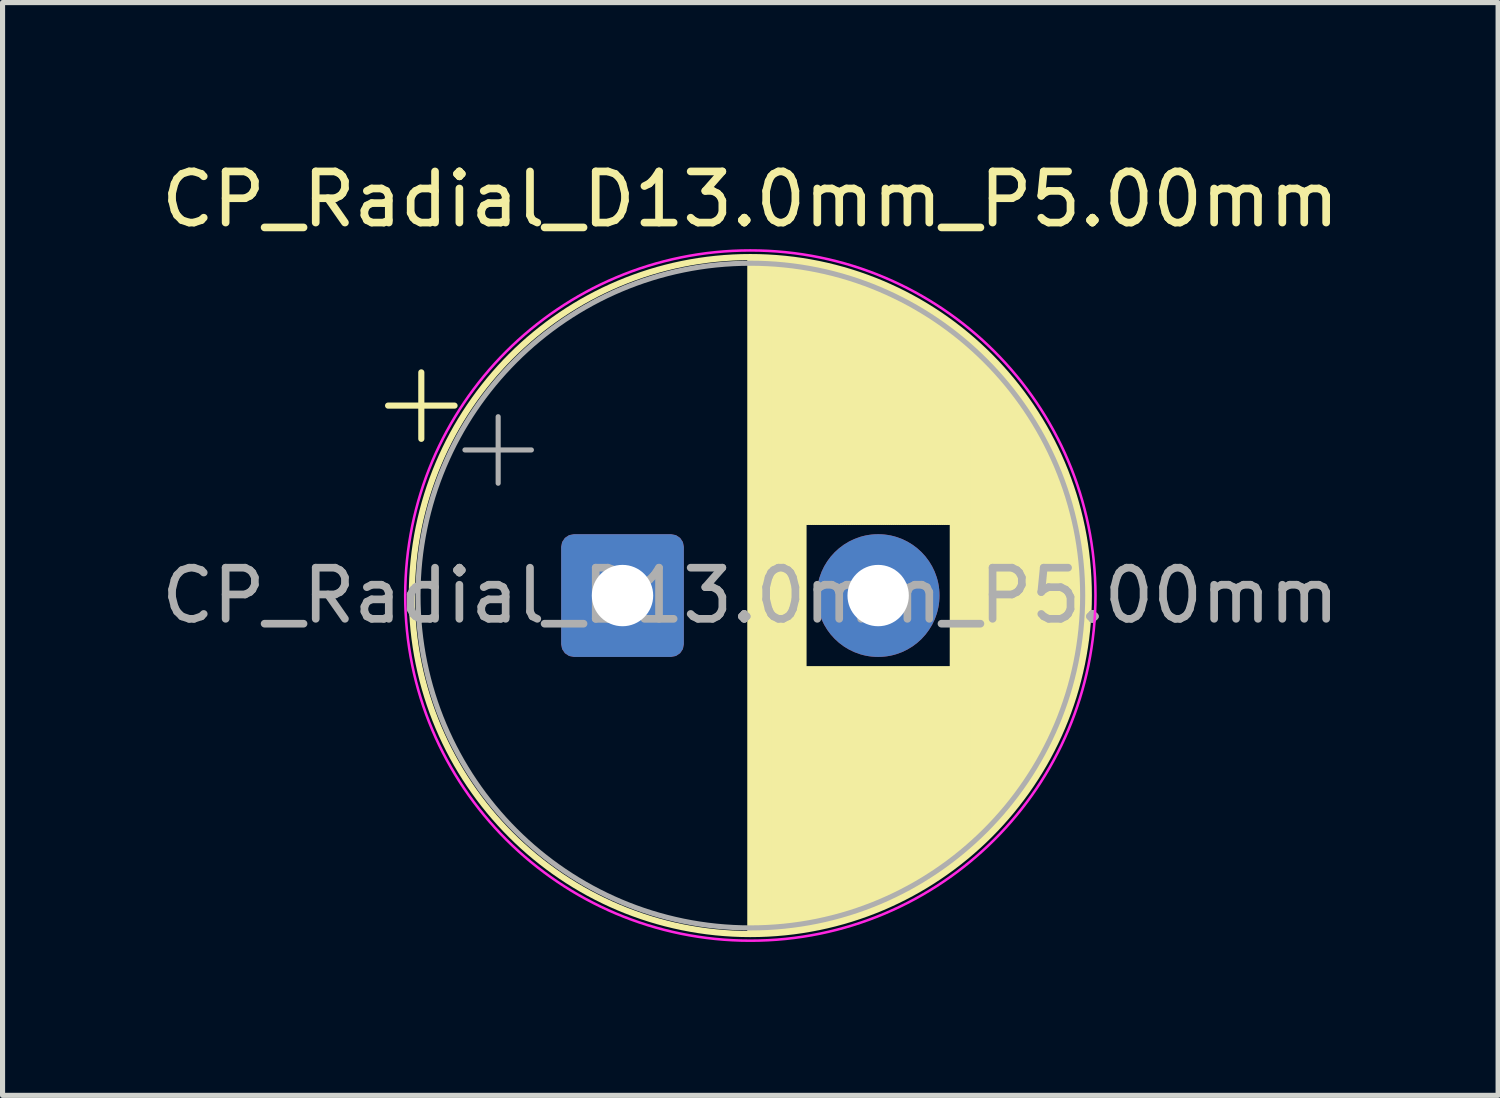
<source format=kicad_pcb>
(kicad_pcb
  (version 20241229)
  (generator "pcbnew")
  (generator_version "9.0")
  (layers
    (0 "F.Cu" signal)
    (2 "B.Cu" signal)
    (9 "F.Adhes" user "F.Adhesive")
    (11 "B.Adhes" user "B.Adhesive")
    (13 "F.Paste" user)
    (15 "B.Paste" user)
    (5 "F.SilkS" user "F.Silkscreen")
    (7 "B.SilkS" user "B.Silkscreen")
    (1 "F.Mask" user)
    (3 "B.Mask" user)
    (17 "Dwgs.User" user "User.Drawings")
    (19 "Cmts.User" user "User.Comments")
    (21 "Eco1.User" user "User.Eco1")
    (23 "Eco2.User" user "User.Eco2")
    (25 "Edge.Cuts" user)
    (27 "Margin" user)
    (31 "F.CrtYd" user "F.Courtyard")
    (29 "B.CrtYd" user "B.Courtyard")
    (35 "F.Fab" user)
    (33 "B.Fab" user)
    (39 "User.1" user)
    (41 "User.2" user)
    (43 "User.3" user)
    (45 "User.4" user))
  (footprint "CP_Radial_D13.0mm_P5.00mm"
    (layer "F.Cu")
    (at 9.125 8.598)
    (property "Reference" "CP_Radial_D13.0mm_P5.00mm" (at 2.5 -7.75 0) (layer "F.SilkS") (effects (font (size 1 1) (thickness 0.15))))
    (attr through_hole)
    (fp_line (start -4.585 -3.715) (end -3.285 -3.715) (stroke (width 0.12) (type solid)) (layer "F.SilkS"))
    (fp_line (start -3.935 -4.365) (end -3.935 -3.065) (stroke (width 0.12) (type solid)) (layer "F.SilkS"))
    (fp_line (start 2.5 -6.58) (end 2.5 6.58) (stroke (width 0.12) (type solid)) (layer "F.SilkS"))
    (fp_line (start 2.54 -6.58) (end 2.54 6.58) (stroke (width 0.12) (type solid)) (layer "F.SilkS"))
    (fp_line (start 2.58 -6.58) (end 2.58 6.58) (stroke (width 0.12) (type solid)) (layer "F.SilkS"))
    (fp_line (start 2.62 -6.579) (end 2.62 6.579) (stroke (width 0.12) (type solid)) (layer "F.SilkS"))
    (fp_line (start 2.66 -6.578) (end 2.66 6.578) (stroke (width 0.12) (type solid)) (layer "F.SilkS"))
    (fp_line (start 2.7 -6.577) (end 2.7 6.577) (stroke (width 0.12) (type solid)) (layer "F.SilkS"))
    (fp_line (start 2.74 -6.576) (end 2.74 6.576) (stroke (width 0.12) (type solid)) (layer "F.SilkS"))
    (fp_line (start 2.78 -6.574) (end 2.78 6.574) (stroke (width 0.12) (type solid)) (layer "F.SilkS"))
    (fp_line (start 2.82 -6.572) (end 2.82 6.572) (stroke (width 0.12) (type solid)) (layer "F.SilkS"))
    (fp_line (start 2.86 -6.57) (end 2.86 6.57) (stroke (width 0.12) (type solid)) (layer "F.SilkS"))
    (fp_line (start 2.9 -6.568) (end 2.9 6.568) (stroke (width 0.12) (type solid)) (layer "F.SilkS"))
    (fp_line (start 2.94 -6.565) (end 2.94 6.565) (stroke (width 0.12) (type solid)) (layer "F.SilkS"))
    (fp_line (start 2.98 -6.563) (end 2.98 6.563) (stroke (width 0.12) (type solid)) (layer "F.SilkS"))
    (fp_line (start 3.02 -6.56) (end 3.02 6.56) (stroke (width 0.12) (type solid)) (layer "F.SilkS"))
    (fp_line (start 3.06 -6.556) (end 3.06 6.556) (stroke (width 0.12) (type solid)) (layer "F.SilkS"))
    (fp_line (start 3.1 -6.553) (end 3.1 6.553) (stroke (width 0.12) (type solid)) (layer "F.SilkS"))
    (fp_line (start 3.14 -6.549) (end 3.14 6.549) (stroke (width 0.12) (type solid)) (layer "F.SilkS"))
    (fp_line (start 3.18 -6.545) (end 3.18 6.545) (stroke (width 0.12) (type solid)) (layer "F.SilkS"))
    (fp_line (start 3.22 -6.541) (end 3.22 6.541) (stroke (width 0.12) (type solid)) (layer "F.SilkS"))
    (fp_line (start 3.26 -6.536) (end 3.26 6.536) (stroke (width 0.12) (type solid)) (layer "F.SilkS"))
    (fp_line (start 3.3 -6.531) (end 3.3 6.531) (stroke (width 0.12) (type solid)) (layer "F.SilkS"))
    (fp_line (start 3.34 -6.526) (end 3.34 6.526) (stroke (width 0.12) (type solid)) (layer "F.SilkS"))
    (fp_line (start 3.38 -6.521) (end 3.38 6.521) (stroke (width 0.12) (type solid)) (layer "F.SilkS"))
    (fp_line (start 3.42 -6.516) (end 3.42 6.516) (stroke (width 0.12) (type solid)) (layer "F.SilkS"))
    (fp_line (start 3.46 -6.51) (end 3.46 6.51) (stroke (width 0.12) (type solid)) (layer "F.SilkS"))
    (fp_line (start 3.5 -6.504) (end 3.5 6.504) (stroke (width 0.12) (type solid)) (layer "F.SilkS"))
    (fp_line (start 3.54 -6.498) (end 3.54 6.498) (stroke (width 0.12) (type solid)) (layer "F.SilkS"))
    (fp_line (start 3.58 -6.491) (end 3.58 -1.44) (stroke (width 0.12) (type solid)) (layer "F.SilkS"))
    (fp_line (start 3.58 1.44) (end 3.58 6.491) (stroke (width 0.12) (type solid)) (layer "F.SilkS"))
    (fp_line (start 3.62 -6.485) (end 3.62 -1.44) (stroke (width 0.12) (type solid)) (layer "F.SilkS"))
    (fp_line (start 3.62 1.44) (end 3.62 6.485) (stroke (width 0.12) (type solid)) (layer "F.SilkS"))
    (fp_line (start 3.66 -6.478) (end 3.66 -1.44) (stroke (width 0.12) (type solid)) (layer "F.SilkS"))
    (fp_line (start 3.66 1.44) (end 3.66 6.478) (stroke (width 0.12) (type solid)) (layer "F.SilkS"))
    (fp_line (start 3.7 -6.47) (end 3.7 -1.44) (stroke (width 0.12) (type solid)) (layer "F.SilkS"))
    (fp_line (start 3.7 1.44) (end 3.7 6.47) (stroke (width 0.12) (type solid)) (layer "F.SilkS"))
    (fp_line (start 3.74 -6.463) (end 3.74 -1.44) (stroke (width 0.12) (type solid)) (layer "F.SilkS"))
    (fp_line (start 3.74 1.44) (end 3.74 6.463) (stroke (width 0.12) (type solid)) (layer "F.SilkS"))
    (fp_line (start 3.78 -6.455) (end 3.78 -1.44) (stroke (width 0.12) (type solid)) (layer "F.SilkS"))
    (fp_line (start 3.78 1.44) (end 3.78 6.455) (stroke (width 0.12) (type solid)) (layer "F.SilkS"))
    (fp_line (start 3.82 -6.447) (end 3.82 -1.44) (stroke (width 0.12) (type solid)) (layer "F.SilkS"))
    (fp_line (start 3.82 1.44) (end 3.82 6.447) (stroke (width 0.12) (type solid)) (layer "F.SilkS"))
    (fp_line (start 3.86 -6.439) (end 3.86 -1.44) (stroke (width 0.12) (type solid)) (layer "F.SilkS"))
    (fp_line (start 3.86 1.44) (end 3.86 6.439) (stroke (width 0.12) (type solid)) (layer "F.SilkS"))
    (fp_line (start 3.9 -6.43) (end 3.9 -1.44) (stroke (width 0.12) (type solid)) (layer "F.SilkS"))
    (fp_line (start 3.9 1.44) (end 3.9 6.43) (stroke (width 0.12) (type solid)) (layer "F.SilkS"))
    (fp_line (start 3.94 -6.421) (end 3.94 -1.44) (stroke (width 0.12) (type solid)) (layer "F.SilkS"))
    (fp_line (start 3.94 1.44) (end 3.94 6.421) (stroke (width 0.12) (type solid)) (layer "F.SilkS"))
    (fp_line (start 3.98 -6.412) (end 3.98 -1.44) (stroke (width 0.12) (type solid)) (layer "F.SilkS"))
    (fp_line (start 3.98 1.44) (end 3.98 6.412) (stroke (width 0.12) (type solid)) (layer "F.SilkS"))
    (fp_line (start 4.02 -6.403) (end 4.02 -1.44) (stroke (width 0.12) (type solid)) (layer "F.SilkS"))
    (fp_line (start 4.02 1.44) (end 4.02 6.403) (stroke (width 0.12) (type solid)) (layer "F.SilkS"))
    (fp_line (start 4.06 -6.394) (end 4.06 -1.44) (stroke (width 0.12) (type solid)) (layer "F.SilkS"))
    (fp_line (start 4.06 1.44) (end 4.06 6.394) (stroke (width 0.12) (type solid)) (layer "F.SilkS"))
    (fp_line (start 4.1 -6.384) (end 4.1 -1.44) (stroke (width 0.12) (type solid)) (layer "F.SilkS"))
    (fp_line (start 4.1 1.44) (end 4.1 6.384) (stroke (width 0.12) (type solid)) (layer "F.SilkS"))
    (fp_line (start 4.14 -6.374) (end 4.14 -1.44) (stroke (width 0.12) (type solid)) (layer "F.SilkS"))
    (fp_line (start 4.14 1.44) (end 4.14 6.374) (stroke (width 0.12) (type solid)) (layer "F.SilkS"))
    (fp_line (start 4.18 -6.363) (end 4.18 -1.44) (stroke (width 0.12) (type solid)) (layer "F.SilkS"))
    (fp_line (start 4.18 1.44) (end 4.18 6.363) (stroke (width 0.12) (type solid)) (layer "F.SilkS"))
    (fp_line (start 4.22 -6.353) (end 4.22 -1.44) (stroke (width 0.12) (type solid)) (layer "F.SilkS"))
    (fp_line (start 4.22 1.44) (end 4.22 6.353) (stroke (width 0.12) (type solid)) (layer "F.SilkS"))
    (fp_line (start 4.26 -6.342) (end 4.26 -1.44) (stroke (width 0.12) (type solid)) (layer "F.SilkS"))
    (fp_line (start 4.26 1.44) (end 4.26 6.342) (stroke (width 0.12) (type solid)) (layer "F.SilkS"))
    (fp_line (start 4.3 -6.331) (end 4.3 -1.44) (stroke (width 0.12) (type solid)) (layer "F.SilkS"))
    (fp_line (start 4.3 1.44) (end 4.3 6.331) (stroke (width 0.12) (type solid)) (layer "F.SilkS"))
    (fp_line (start 4.34 -6.319) (end 4.34 -1.44) (stroke (width 0.12) (type solid)) (layer "F.SilkS"))
    (fp_line (start 4.34 1.44) (end 4.34 6.319) (stroke (width 0.12) (type solid)) (layer "F.SilkS"))
    (fp_line (start 4.38 -6.307) (end 4.38 -1.44) (stroke (width 0.12) (type solid)) (layer "F.SilkS"))
    (fp_line (start 4.38 1.44) (end 4.38 6.307) (stroke (width 0.12) (type solid)) (layer "F.SilkS"))
    (fp_line (start 4.42 -6.295) (end 4.42 -1.44) (stroke (width 0.12) (type solid)) (layer "F.SilkS"))
    (fp_line (start 4.42 1.44) (end 4.42 6.295) (stroke (width 0.12) (type solid)) (layer "F.SilkS"))
    (fp_line (start 4.46 -6.283) (end 4.46 -1.44) (stroke (width 0.12) (type solid)) (layer "F.SilkS"))
    (fp_line (start 4.46 1.44) (end 4.46 6.283) (stroke (width 0.12) (type solid)) (layer "F.SilkS"))
    (fp_line (start 4.5 -6.271) (end 4.5 -1.44) (stroke (width 0.12) (type solid)) (layer "F.SilkS"))
    (fp_line (start 4.5 1.44) (end 4.5 6.271) (stroke (width 0.12) (type solid)) (layer "F.SilkS"))
    (fp_line (start 4.54 -6.258) (end 4.54 -1.44) (stroke (width 0.12) (type solid)) (layer "F.SilkS"))
    (fp_line (start 4.54 1.44) (end 4.54 6.258) (stroke (width 0.12) (type solid)) (layer "F.SilkS"))
    (fp_line (start 4.58 -6.245) (end 4.58 -1.44) (stroke (width 0.12) (type solid)) (layer "F.SilkS"))
    (fp_line (start 4.58 1.44) (end 4.58 6.245) (stroke (width 0.12) (type solid)) (layer "F.SilkS"))
    (fp_line (start 4.62 -6.231) (end 4.62 -1.44) (stroke (width 0.12) (type solid)) (layer "F.SilkS"))
    (fp_line (start 4.62 1.44) (end 4.62 6.231) (stroke (width 0.12) (type solid)) (layer "F.SilkS"))
    (fp_line (start 4.66 -6.218) (end 4.66 -1.44) (stroke (width 0.12) (type solid)) (layer "F.SilkS"))
    (fp_line (start 4.66 1.44) (end 4.66 6.218) (stroke (width 0.12) (type solid)) (layer "F.SilkS"))
    (fp_line (start 4.7 -6.204) (end 4.7 -1.44) (stroke (width 0.12) (type solid)) (layer "F.SilkS"))
    (fp_line (start 4.7 1.44) (end 4.7 6.204) (stroke (width 0.12) (type solid)) (layer "F.SilkS"))
    (fp_line (start 4.74 -6.19) (end 4.74 -1.44) (stroke (width 0.12) (type solid)) (layer "F.SilkS"))
    (fp_line (start 4.74 1.44) (end 4.74 6.19) (stroke (width 0.12) (type solid)) (layer "F.SilkS"))
    (fp_line (start 4.78 -6.175) (end 4.78 -1.44) (stroke (width 0.12) (type solid)) (layer "F.SilkS"))
    (fp_line (start 4.78 1.44) (end 4.78 6.175) (stroke (width 0.12) (type solid)) (layer "F.SilkS"))
    (fp_line (start 4.82 -6.16) (end 4.82 -1.44) (stroke (width 0.12) (type solid)) (layer "F.SilkS"))
    (fp_line (start 4.82 1.44) (end 4.82 6.16) (stroke (width 0.12) (type solid)) (layer "F.SilkS"))
    (fp_line (start 4.86 -6.145) (end 4.86 -1.44) (stroke (width 0.12) (type solid)) (layer "F.SilkS"))
    (fp_line (start 4.86 1.44) (end 4.86 6.145) (stroke (width 0.12) (type solid)) (layer "F.SilkS"))
    (fp_line (start 4.9 -6.13) (end 4.9 -1.44) (stroke (width 0.12) (type solid)) (layer "F.SilkS"))
    (fp_line (start 4.9 1.44) (end 4.9 6.13) (stroke (width 0.12) (type solid)) (layer "F.SilkS"))
    (fp_line (start 4.94 -6.114) (end 4.94 -1.44) (stroke (width 0.12) (type solid)) (layer "F.SilkS"))
    (fp_line (start 4.94 1.44) (end 4.94 6.114) (stroke (width 0.12) (type solid)) (layer "F.SilkS"))
    (fp_line (start 4.98 -6.098) (end 4.98 -1.44) (stroke (width 0.12) (type solid)) (layer "F.SilkS"))
    (fp_line (start 4.98 1.44) (end 4.98 6.098) (stroke (width 0.12) (type solid)) (layer "F.SilkS"))
    (fp_line (start 5.02 -6.082) (end 5.02 -1.44) (stroke (width 0.12) (type solid)) (layer "F.SilkS"))
    (fp_line (start 5.02 1.44) (end 5.02 6.082) (stroke (width 0.12) (type solid)) (layer "F.SilkS"))
    (fp_line (start 5.06 -6.065) (end 5.06 -1.44) (stroke (width 0.12) (type solid)) (layer "F.SilkS"))
    (fp_line (start 5.06 1.44) (end 5.06 6.065) (stroke (width 0.12) (type solid)) (layer "F.SilkS"))
    (fp_line (start 5.1 -6.048) (end 5.1 -1.44) (stroke (width 0.12) (type solid)) (layer "F.SilkS"))
    (fp_line (start 5.1 1.44) (end 5.1 6.048) (stroke (width 0.12) (type solid)) (layer "F.SilkS"))
    (fp_line (start 5.14 -6.031) (end 5.14 -1.44) (stroke (width 0.12) (type solid)) (layer "F.SilkS"))
    (fp_line (start 5.14 1.44) (end 5.14 6.031) (stroke (width 0.12) (type solid)) (layer "F.SilkS"))
    (fp_line (start 5.18 -6.013) (end 5.18 -1.44) (stroke (width 0.12) (type solid)) (layer "F.SilkS"))
    (fp_line (start 5.18 1.44) (end 5.18 6.013) (stroke (width 0.12) (type solid)) (layer "F.SilkS"))
    (fp_line (start 5.22 -5.995) (end 5.22 -1.44) (stroke (width 0.12) (type solid)) (layer "F.SilkS"))
    (fp_line (start 5.22 1.44) (end 5.22 5.995) (stroke (width 0.12) (type solid)) (layer "F.SilkS"))
    (fp_line (start 5.26 -5.977) (end 5.26 -1.44) (stroke (width 0.12) (type solid)) (layer "F.SilkS"))
    (fp_line (start 5.26 1.44) (end 5.26 5.977) (stroke (width 0.12) (type solid)) (layer "F.SilkS"))
    (fp_line (start 5.3 -5.959) (end 5.3 -1.44) (stroke (width 0.12) (type solid)) (layer "F.SilkS"))
    (fp_line (start 5.3 1.44) (end 5.3 5.959) (stroke (width 0.12) (type solid)) (layer "F.SilkS"))
    (fp_line (start 5.34 -5.94) (end 5.34 -1.44) (stroke (width 0.12) (type solid)) (layer "F.SilkS"))
    (fp_line (start 5.34 1.44) (end 5.34 5.94) (stroke (width 0.12) (type solid)) (layer "F.SilkS"))
    (fp_line (start 5.38 -5.921) (end 5.38 -1.44) (stroke (width 0.12) (type solid)) (layer "F.SilkS"))
    (fp_line (start 5.38 1.44) (end 5.38 5.921) (stroke (width 0.12) (type solid)) (layer "F.SilkS"))
    (fp_line (start 5.42 -5.901) (end 5.42 -1.44) (stroke (width 0.12) (type solid)) (layer "F.SilkS"))
    (fp_line (start 5.42 1.44) (end 5.42 5.901) (stroke (width 0.12) (type solid)) (layer "F.SilkS"))
    (fp_line (start 5.46 -5.881) (end 5.46 -1.44) (stroke (width 0.12) (type solid)) (layer "F.SilkS"))
    (fp_line (start 5.46 1.44) (end 5.46 5.881) (stroke (width 0.12) (type solid)) (layer "F.SilkS"))
    (fp_line (start 5.5 -5.861) (end 5.5 -1.44) (stroke (width 0.12) (type solid)) (layer "F.SilkS"))
    (fp_line (start 5.5 1.44) (end 5.5 5.861) (stroke (width 0.12) (type solid)) (layer "F.SilkS"))
    (fp_line (start 5.54 -5.841) (end 5.54 -1.44) (stroke (width 0.12) (type solid)) (layer "F.SilkS"))
    (fp_line (start 5.54 1.44) (end 5.54 5.841) (stroke (width 0.12) (type solid)) (layer "F.SilkS"))
    (fp_line (start 5.58 -5.82) (end 5.58 -1.44) (stroke (width 0.12) (type solid)) (layer "F.SilkS"))
    (fp_line (start 5.58 1.44) (end 5.58 5.82) (stroke (width 0.12) (type solid)) (layer "F.SilkS"))
    (fp_line (start 5.62 -5.799) (end 5.62 -1.44) (stroke (width 0.12) (type solid)) (layer "F.SilkS"))
    (fp_line (start 5.62 1.44) (end 5.62 5.799) (stroke (width 0.12) (type solid)) (layer "F.SilkS"))
    (fp_line (start 5.66 -5.777) (end 5.66 -1.44) (stroke (width 0.12) (type solid)) (layer "F.SilkS"))
    (fp_line (start 5.66 1.44) (end 5.66 5.777) (stroke (width 0.12) (type solid)) (layer "F.SilkS"))
    (fp_line (start 5.7 -5.755) (end 5.7 -1.44) (stroke (width 0.12) (type solid)) (layer "F.SilkS"))
    (fp_line (start 5.7 1.44) (end 5.7 5.755) (stroke (width 0.12) (type solid)) (layer "F.SilkS"))
    (fp_line (start 5.74 -5.733) (end 5.74 -1.44) (stroke (width 0.12) (type solid)) (layer "F.SilkS"))
    (fp_line (start 5.74 1.44) (end 5.74 5.733) (stroke (width 0.12) (type solid)) (layer "F.SilkS"))
    (fp_line (start 5.78 -5.71) (end 5.78 -1.44) (stroke (width 0.12) (type solid)) (layer "F.SilkS"))
    (fp_line (start 5.78 1.44) (end 5.78 5.71) (stroke (width 0.12) (type solid)) (layer "F.SilkS"))
    (fp_line (start 5.82 -5.687) (end 5.82 -1.44) (stroke (width 0.12) (type solid)) (layer "F.SilkS"))
    (fp_line (start 5.82 1.44) (end 5.82 5.687) (stroke (width 0.12) (type solid)) (layer "F.SilkS"))
    (fp_line (start 5.86 -5.664) (end 5.86 -1.44) (stroke (width 0.12) (type solid)) (layer "F.SilkS"))
    (fp_line (start 5.86 1.44) (end 5.86 5.664) (stroke (width 0.12) (type solid)) (layer "F.SilkS"))
    (fp_line (start 5.9 -5.64) (end 5.9 -1.44) (stroke (width 0.12) (type solid)) (layer "F.SilkS"))
    (fp_line (start 5.9 1.44) (end 5.9 5.64) (stroke (width 0.12) (type solid)) (layer "F.SilkS"))
    (fp_line (start 5.94 -5.616) (end 5.94 -1.44) (stroke (width 0.12) (type solid)) (layer "F.SilkS"))
    (fp_line (start 5.94 1.44) (end 5.94 5.616) (stroke (width 0.12) (type solid)) (layer "F.SilkS"))
    (fp_line (start 5.98 -5.592) (end 5.98 -1.44) (stroke (width 0.12) (type solid)) (layer "F.SilkS"))
    (fp_line (start 5.98 1.44) (end 5.98 5.592) (stroke (width 0.12) (type solid)) (layer "F.SilkS"))
    (fp_line (start 6.02 -5.567) (end 6.02 -1.44) (stroke (width 0.12) (type solid)) (layer "F.SilkS"))
    (fp_line (start 6.02 1.44) (end 6.02 5.567) (stroke (width 0.12) (type solid)) (layer "F.SilkS"))
    (fp_line (start 6.06 -5.541) (end 6.06 -1.44) (stroke (width 0.12) (type solid)) (layer "F.SilkS"))
    (fp_line (start 6.06 1.44) (end 6.06 5.541) (stroke (width 0.12) (type solid)) (layer "F.SilkS"))
    (fp_line (start 6.1 -5.516) (end 6.1 -1.44) (stroke (width 0.12) (type solid)) (layer "F.SilkS"))
    (fp_line (start 6.1 1.44) (end 6.1 5.516) (stroke (width 0.12) (type solid)) (layer "F.SilkS"))
    (fp_line (start 6.14 -5.489) (end 6.14 -1.44) (stroke (width 0.12) (type solid)) (layer "F.SilkS"))
    (fp_line (start 6.14 1.44) (end 6.14 5.489) (stroke (width 0.12) (type solid)) (layer "F.SilkS"))
    (fp_line (start 6.18 -5.463) (end 6.18 -1.44) (stroke (width 0.12) (type solid)) (layer "F.SilkS"))
    (fp_line (start 6.18 1.44) (end 6.18 5.463) (stroke (width 0.12) (type solid)) (layer "F.SilkS"))
    (fp_line (start 6.22 -5.436) (end 6.22 -1.44) (stroke (width 0.12) (type solid)) (layer "F.SilkS"))
    (fp_line (start 6.22 1.44) (end 6.22 5.436) (stroke (width 0.12) (type solid)) (layer "F.SilkS"))
    (fp_line (start 6.26 -5.409) (end 6.26 -1.44) (stroke (width 0.12) (type solid)) (layer "F.SilkS"))
    (fp_line (start 6.26 1.44) (end 6.26 5.409) (stroke (width 0.12) (type solid)) (layer "F.SilkS"))
    (fp_line (start 6.3 -5.381) (end 6.3 -1.44) (stroke (width 0.12) (type solid)) (layer "F.SilkS"))
    (fp_line (start 6.3 1.44) (end 6.3 5.381) (stroke (width 0.12) (type solid)) (layer "F.SilkS"))
    (fp_line (start 6.34 -5.352) (end 6.34 -1.44) (stroke (width 0.12) (type solid)) (layer "F.SilkS"))
    (fp_line (start 6.34 1.44) (end 6.34 5.352) (stroke (width 0.12) (type solid)) (layer "F.SilkS"))
    (fp_line (start 6.38 -5.324) (end 6.38 -1.44) (stroke (width 0.12) (type solid)) (layer "F.SilkS"))
    (fp_line (start 6.38 1.44) (end 6.38 5.324) (stroke (width 0.12) (type solid)) (layer "F.SilkS"))
    (fp_line (start 6.42 -5.295) (end 6.42 -1.44) (stroke (width 0.12) (type solid)) (layer "F.SilkS"))
    (fp_line (start 6.42 1.44) (end 6.42 5.295) (stroke (width 0.12) (type solid)) (layer "F.SilkS"))
    (fp_line (start 6.46 -5.265) (end 6.46 5.265) (stroke (width 0.12) (type solid)) (layer "F.SilkS"))
    (fp_line (start 6.5 -5.235) (end 6.5 5.235) (stroke (width 0.12) (type solid)) (layer "F.SilkS"))
    (fp_line (start 6.54 -5.204) (end 6.54 5.204) (stroke (width 0.12) (type solid)) (layer "F.SilkS"))
    (fp_line (start 6.58 -5.173) (end 6.58 5.173) (stroke (width 0.12) (type solid)) (layer "F.SilkS"))
    (fp_line (start 6.62 -5.142) (end 6.62 5.142) (stroke (width 0.12) (type solid)) (layer "F.SilkS"))
    (fp_line (start 6.66 -5.11) (end 6.66 5.11) (stroke (width 0.12) (type solid)) (layer "F.SilkS"))
    (fp_line (start 6.7 -5.077) (end 6.7 5.077) (stroke (width 0.12) (type solid)) (layer "F.SilkS"))
    (fp_line (start 6.74 -5.044) (end 6.74 5.044) (stroke (width 0.12) (type solid)) (layer "F.SilkS"))
    (fp_line (start 6.78 -5.01) (end 6.78 5.01) (stroke (width 0.12) (type solid)) (layer "F.SilkS"))
    (fp_line (start 6.82 -4.976) (end 6.82 4.976) (stroke (width 0.12) (type solid)) (layer "F.SilkS"))
    (fp_line (start 6.86 -4.941) (end 6.86 4.941) (stroke (width 0.12) (type solid)) (layer "F.SilkS"))
    (fp_line (start 6.9 -4.906) (end 6.9 4.906) (stroke (width 0.12) (type solid)) (layer "F.SilkS"))
    (fp_line (start 6.94 -4.87) (end 6.94 4.87) (stroke (width 0.12) (type solid)) (layer "F.SilkS"))
    (fp_line (start 6.98 -4.834) (end 6.98 4.834) (stroke (width 0.12) (type solid)) (layer "F.SilkS"))
    (fp_line (start 7.02 -4.797) (end 7.02 4.797) (stroke (width 0.12) (type solid)) (layer "F.SilkS"))
    (fp_line (start 7.06 -4.759) (end 7.06 4.759) (stroke (width 0.12) (type solid)) (layer "F.SilkS"))
    (fp_line (start 7.1 -4.721) (end 7.1 4.721) (stroke (width 0.12) (type solid)) (layer "F.SilkS"))
    (fp_line (start 7.14 -4.682) (end 7.14 4.682) (stroke (width 0.12) (type solid)) (layer "F.SilkS"))
    (fp_line (start 7.18 -4.642) (end 7.18 4.642) (stroke (width 0.12) (type solid)) (layer "F.SilkS"))
    (fp_line (start 7.22 -4.602) (end 7.22 4.602) (stroke (width 0.12) (type solid)) (layer "F.SilkS"))
    (fp_line (start 7.26 -4.561) (end 7.26 4.561) (stroke (width 0.12) (type solid)) (layer "F.SilkS"))
    (fp_line (start 7.3 -4.519) (end 7.3 4.519) (stroke (width 0.12) (type solid)) (layer "F.SilkS"))
    (fp_line (start 7.34 -4.477) (end 7.34 4.477) (stroke (width 0.12) (type solid)) (layer "F.SilkS"))
    (fp_line (start 7.38 -4.433) (end 7.38 4.433) (stroke (width 0.12) (type solid)) (layer "F.SilkS"))
    (fp_line (start 7.42 -4.389) (end 7.42 4.389) (stroke (width 0.12) (type solid)) (layer "F.SilkS"))
    (fp_line (start 7.46 -4.344) (end 7.46 4.344) (stroke (width 0.12) (type solid)) (layer "F.SilkS"))
    (fp_line (start 7.5 -4.299) (end 7.5 4.299) (stroke (width 0.12) (type solid)) (layer "F.SilkS"))
    (fp_line (start 7.54 -4.252) (end 7.54 4.252) (stroke (width 0.12) (type solid)) (layer "F.SilkS"))
    (fp_line (start 7.58 -4.205) (end 7.58 4.205) (stroke (width 0.12) (type solid)) (layer "F.SilkS"))
    (fp_line (start 7.62 -4.156) (end 7.62 4.156) (stroke (width 0.12) (type solid)) (layer "F.SilkS"))
    (fp_line (start 7.66 -4.107) (end 7.66 4.107) (stroke (width 0.12) (type solid)) (layer "F.SilkS"))
    (fp_line (start 7.7 -4.057) (end 7.7 4.057) (stroke (width 0.12) (type solid)) (layer "F.SilkS"))
    (fp_line (start 7.74 -4.006) (end 7.74 4.006) (stroke (width 0.12) (type solid)) (layer "F.SilkS"))
    (fp_line (start 7.78 -3.953) (end 7.78 3.953) (stroke (width 0.12) (type solid)) (layer "F.SilkS"))
    (fp_line (start 7.82 -3.9) (end 7.82 3.9) (stroke (width 0.12) (type solid)) (layer "F.SilkS"))
    (fp_line (start 7.86 -3.845) (end 7.86 3.845) (stroke (width 0.12) (type solid)) (layer "F.SilkS"))
    (fp_line (start 7.9 -3.789) (end 7.9 3.789) (stroke (width 0.12) (type solid)) (layer "F.SilkS"))
    (fp_line (start 7.94 -3.732) (end 7.94 3.732) (stroke (width 0.12) (type solid)) (layer "F.SilkS"))
    (fp_line (start 7.98 -3.674) (end 7.98 3.674) (stroke (width 0.12) (type solid)) (layer "F.SilkS"))
    (fp_line (start 8.02 -3.614) (end 8.02 3.614) (stroke (width 0.12) (type solid)) (layer "F.SilkS"))
    (fp_line (start 8.06 -3.553) (end 8.06 3.553) (stroke (width 0.12) (type solid)) (layer "F.SilkS"))
    (fp_line (start 8.1 -3.49) (end 8.1 3.49) (stroke (width 0.12) (type solid)) (layer "F.SilkS"))
    (fp_line (start 8.14 -3.426) (end 8.14 3.426) (stroke (width 0.12) (type solid)) (layer "F.SilkS"))
    (fp_line (start 8.18 -3.36) (end 8.18 3.36) (stroke (width 0.12) (type solid)) (layer "F.SilkS"))
    (fp_line (start 8.22 -3.293) (end 8.22 3.293) (stroke (width 0.12) (type solid)) (layer "F.SilkS"))
    (fp_line (start 8.26 -3.223) (end 8.26 3.223) (stroke (width 0.12) (type solid)) (layer "F.SilkS"))
    (fp_line (start 8.3 -3.151) (end 8.3 3.151) (stroke (width 0.12) (type solid)) (layer "F.SilkS"))
    (fp_line (start 8.34 -3.077) (end 8.34 3.077) (stroke (width 0.12) (type solid)) (layer "F.SilkS"))
    (fp_line (start 8.38 -3.001) (end 8.38 3.001) (stroke (width 0.12) (type solid)) (layer "F.SilkS"))
    (fp_line (start 8.42 -2.923) (end 8.42 2.923) (stroke (width 0.12) (type solid)) (layer "F.SilkS"))
    (fp_line (start 8.46 -2.841) (end 8.46 2.841) (stroke (width 0.12) (type solid)) (layer "F.SilkS"))
    (fp_line (start 8.5 -2.757) (end 8.5 2.757) (stroke (width 0.12) (type solid)) (layer "F.SilkS"))
    (fp_line (start 8.54 -2.67) (end 8.54 2.67) (stroke (width 0.12) (type solid)) (layer "F.SilkS"))
    (fp_line (start 8.58 -2.579) (end 8.58 2.579) (stroke (width 0.12) (type solid)) (layer "F.SilkS"))
    (fp_line (start 8.62 -2.484) (end 8.62 2.484) (stroke (width 0.12) (type solid)) (layer "F.SilkS"))
    (fp_line (start 8.66 -2.385) (end 8.66 2.385) (stroke (width 0.12) (type solid)) (layer "F.SilkS"))
    (fp_line (start 8.7 -2.28) (end 8.7 2.28) (stroke (width 0.12) (type solid)) (layer "F.SilkS"))
    (fp_line (start 8.74 -2.171) (end 8.74 2.171) (stroke (width 0.12) (type solid)) (layer "F.SilkS"))
    (fp_line (start 8.78 -2.054) (end 8.78 2.054) (stroke (width 0.12) (type solid)) (layer "F.SilkS"))
    (fp_line (start 8.82 -1.93) (end 8.82 1.93) (stroke (width 0.12) (type solid)) (layer "F.SilkS"))
    (fp_line (start 8.86 -1.797) (end 8.86 1.797) (stroke (width 0.12) (type solid)) (layer "F.SilkS"))
    (fp_line (start 8.9 -1.652) (end 8.9 1.652) (stroke (width 0.12) (type solid)) (layer "F.SilkS"))
    (fp_line (start 8.94 -1.493) (end 8.94 1.493) (stroke (width 0.12) (type solid)) (layer "F.SilkS"))
    (fp_line (start 8.98 -1.314) (end 8.98 1.314) (stroke (width 0.12) (type solid)) (layer "F.SilkS"))
    (fp_line (start 9.02 -1.106) (end 9.02 1.106) (stroke (width 0.12) (type solid)) (layer "F.SilkS"))
    (fp_line (start 9.06 -0.849) (end 9.06 0.849) (stroke (width 0.12) (type solid)) (layer "F.SilkS"))
    (fp_line (start 9.1 -0.474) (end 9.1 0.474) (stroke (width 0.12) (type solid)) (layer "F.SilkS"))
    (fp_circle (center 2.5 0) (end 9.12 0) (stroke (width 0.12) (type solid)) (fill no) (layer "F.SilkS"))
    (fp_circle (center 2.5 0) (end 9.25 0) (stroke (width 0.05) (type solid)) (fill no) (layer "F.CrtYd"))
    (fp_line (start -3.082 -2.848) (end -1.782 -2.848) (stroke (width 0.1) (type solid)) (layer "F.Fab"))
    (fp_line (start -2.432 -3.498) (end -2.432 -2.197) (stroke (width 0.1) (type solid)) (layer "F.Fab"))
    (fp_circle (center 2.5 0) (end 9 0) (stroke (width 0.1) (type solid)) (fill no) (layer "F.Fab"))
    (fp_text user "${REFERENCE}" (at 2.5 0 0) (layer "F.Fab") (effects (font (size 1 1) (thickness 0.15))))
    (pad "1" thru_hole roundrect (at 0 0) (size 2.4 2.4) (drill 1.2) (layers "*.Cu" "*.Mask") (roundrect_rratio 0.104))
    (pad "2" thru_hole circle (at 5 0) (size 2.4 2.4) (drill 1.2) (layers "*.Cu" "*.Mask")))
  (gr_rect
    (start -3 -3)
    (end 26.25 18.373)
    (stroke (width 0.1) (type default))
    (fill no)
    (layer "Edge.Cuts")))
</source>
